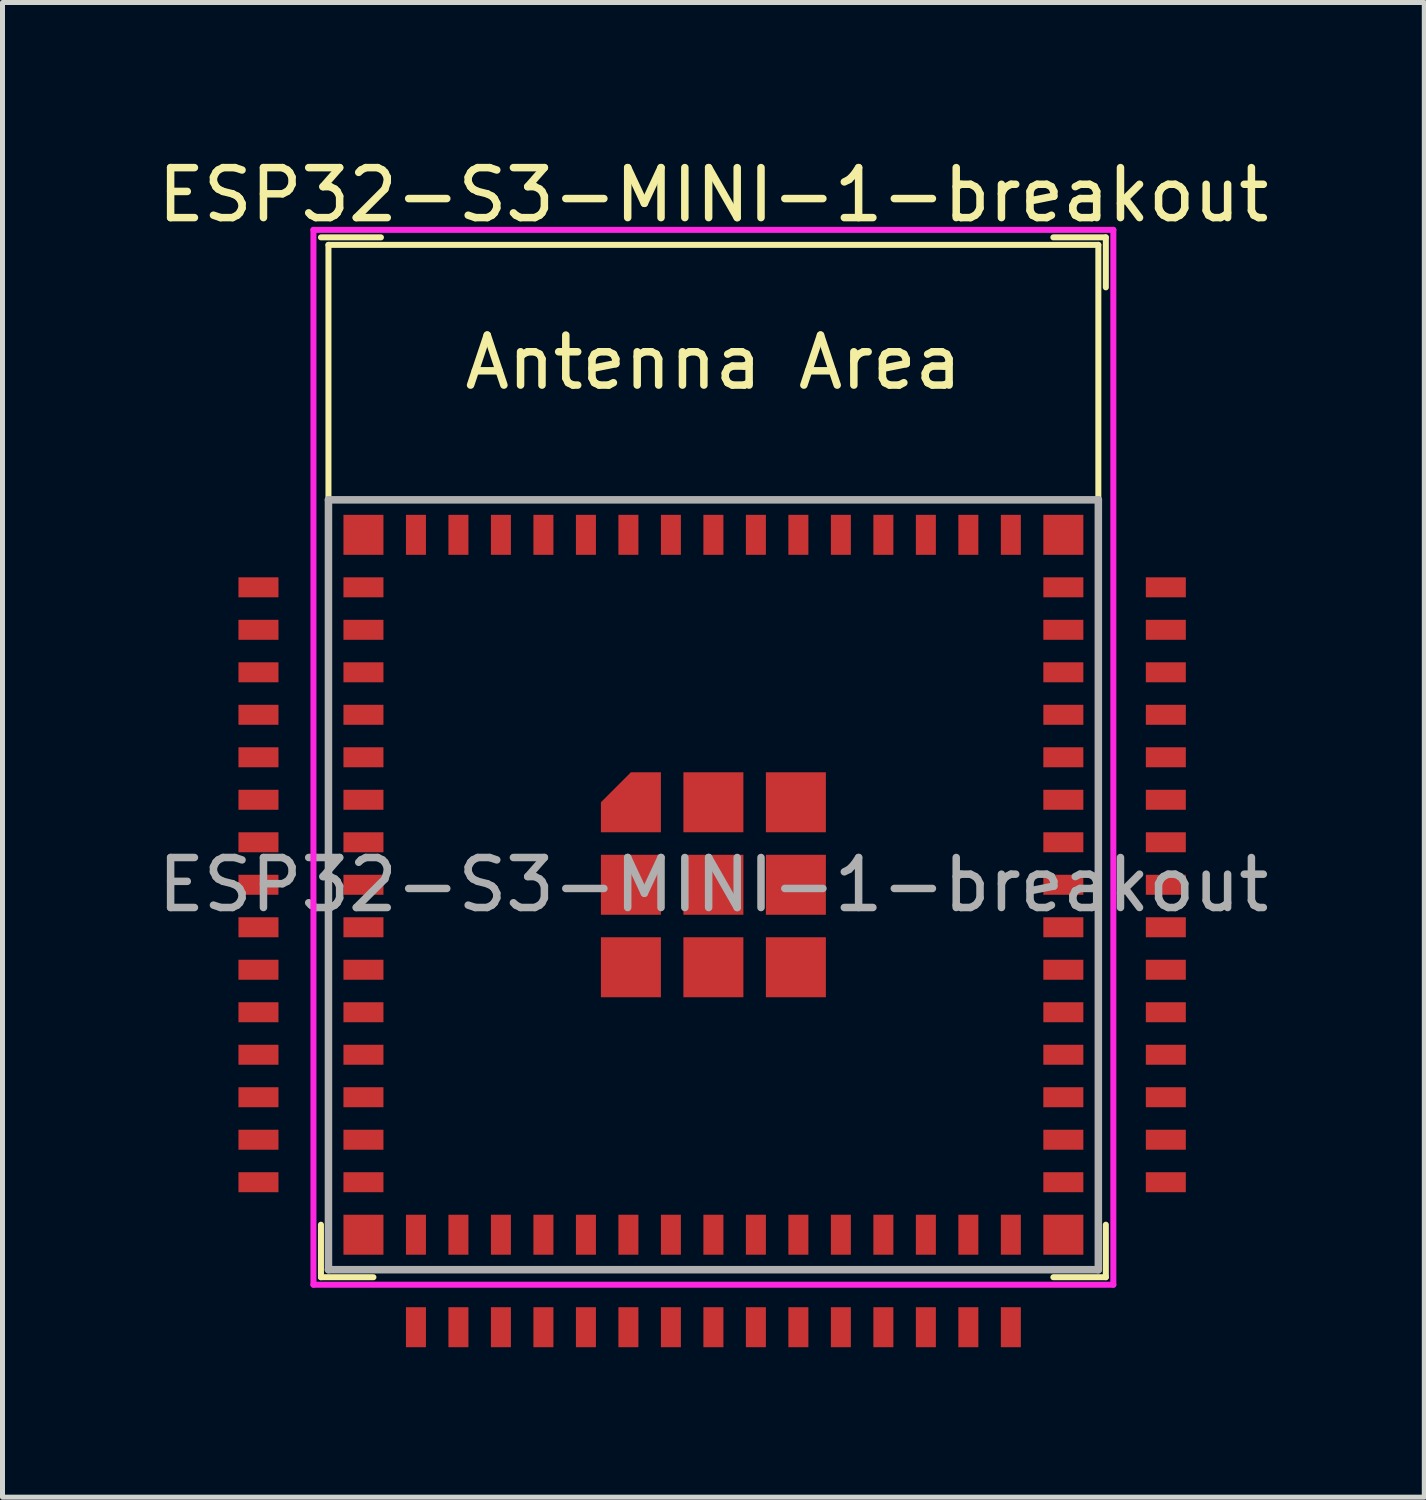
<source format=kicad_pcb>
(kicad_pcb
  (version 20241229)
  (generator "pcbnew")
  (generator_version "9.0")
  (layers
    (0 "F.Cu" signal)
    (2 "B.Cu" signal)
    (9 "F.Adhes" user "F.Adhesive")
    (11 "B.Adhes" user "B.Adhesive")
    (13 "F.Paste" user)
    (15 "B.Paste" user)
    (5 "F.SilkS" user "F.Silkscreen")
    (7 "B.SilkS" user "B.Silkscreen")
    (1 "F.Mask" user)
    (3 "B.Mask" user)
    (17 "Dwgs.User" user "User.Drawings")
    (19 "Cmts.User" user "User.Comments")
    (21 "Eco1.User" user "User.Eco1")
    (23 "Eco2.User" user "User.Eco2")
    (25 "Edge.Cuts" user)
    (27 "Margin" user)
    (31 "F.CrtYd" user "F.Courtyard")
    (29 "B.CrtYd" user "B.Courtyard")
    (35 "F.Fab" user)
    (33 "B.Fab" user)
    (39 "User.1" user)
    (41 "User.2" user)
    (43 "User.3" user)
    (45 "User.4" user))
  (footprint "ESP32-S3-MINI-1-breakout"
    (layer "F.Cu")
    (at 11.22 14.648)
    (property "Reference" "ESP32-S3-MINI-1-breakout" (at 0 -13.8 0) (layer "F.SilkS") (effects (font (size 1 1) (thickness 0.15))))
    (attr smd)
    (fp_line (start -7.85 7.85) (end -7.85 6.8) (stroke (width 0.12) (type solid)) (layer "F.SilkS"))
    (fp_line (start -7.7 -12.8) (end -7.7 -7.7) (stroke (width 0.12) (type solid)) (layer "F.SilkS"))
    (fp_line (start -7.7 -12.8) (end 7.7 -12.8) (stroke (width 0.12) (type solid)) (layer "F.SilkS"))
    (fp_line (start -7.7 7.7) (end -7.7 -7.7) (stroke (width 0.12) (type solid)) (layer "F.SilkS"))
    (fp_line (start -6.8 7.85) (end -7.85 7.85) (stroke (width 0.12) (type solid)) (layer "F.SilkS"))
    (fp_line (start -6.65 -12.95) (end -7.85 -12.95) (stroke (width 0.12) (type solid)) (layer "F.SilkS"))
    (fp_line (start 6.8 -12.95) (end 7.85 -12.95) (stroke (width 0.12) (type solid)) (layer "F.SilkS"))
    (fp_line (start 6.8 7.85) (end 7.85 7.85) (stroke (width 0.12) (type solid)) (layer "F.SilkS"))
    (fp_line (start 7.7 -12.8) (end 7.7 -7.7) (stroke (width 0.12) (type solid)) (layer "F.SilkS"))
    (fp_line (start 7.7 -7.7) (end 7.7 7.7) (stroke (width 0.12) (type solid)) (layer "F.SilkS"))
    (fp_line (start 7.7 7.7) (end -7.7 7.7) (stroke (width 0.12) (type solid)) (layer "F.SilkS"))
    (fp_line (start 7.85 -12.95) (end 7.85 -11.95) (stroke (width 0.12) (type solid)) (layer "F.SilkS"))
    (fp_line (start 7.85 7.85) (end 7.85 6.8) (stroke (width 0.12) (type solid)) (layer "F.SilkS"))
    (fp_line (start -8 -13.1) (end -8 8) (stroke (width 0.12) (type solid)) (layer "F.CrtYd"))
    (fp_line (start -8 8) (end 8 8) (stroke (width 0.12) (type solid)) (layer "F.CrtYd"))
    (fp_line (start 8 -13.1) (end -8 -13.1) (stroke (width 0.12) (type solid)) (layer "F.CrtYd"))
    (fp_line (start 8 8) (end 8 -13.1) (stroke (width 0.12) (type solid)) (layer "F.CrtYd"))
    (fp_line (start -7.7 -7.7) (end -7.7 7.7) (stroke (width 0.15) (type solid)) (layer "F.Fab"))
    (fp_line (start -7.7 7.7) (end 7.7 7.7) (stroke (width 0.15) (type solid)) (layer "F.Fab"))
    (fp_line (start 7.7 -7.7) (end -7.7 -7.7) (stroke (width 0.15) (type solid)) (layer "F.Fab"))
    (fp_line (start 7.7 7.7) (end 7.7 -7.7) (stroke (width 0.15) (type solid)) (layer "F.Fab"))
    (fp_text user "Antenna Area" (at 0 -10.45 0) (layer "F.SilkS") (effects (font (size 1 1) (thickness 0.15))))
    (fp_text user "${REFERENCE}" (at 0 0 0) (layer "F.Fab") (effects (font (size 1 1) (thickness 0.15))))
    (pad "1" smd rect (at -9.1 -5.95 90) (size 0.4 0.8) (layers "F.Cu" "F.Mask" "F.Paste"))
    (pad "1" smd rect (at -7 -5.95 90) (size 0.4 0.8) (layers "F.Cu" "F.Mask" "F.Paste"))
    (pad "2" smd rect (at -9.1 -5.1 90) (size 0.4 0.8) (layers "F.Cu" "F.Mask" "F.Paste"))
    (pad "2" smd rect (at -7 -5.1 90) (size 0.4 0.8) (layers "F.Cu" "F.Mask" "F.Paste"))
    (pad "3" smd rect (at -9.1 -4.25 90) (size 0.4 0.8) (layers "F.Cu" "F.Mask" "F.Paste"))
    (pad "3" smd rect (at -7 -4.25 90) (size 0.4 0.8) (layers "F.Cu" "F.Mask" "F.Paste"))
    (pad "4" smd rect (at -9.1 -3.4 90) (size 0.4 0.8) (layers "F.Cu" "F.Mask" "F.Paste"))
    (pad "4" smd rect (at -7 -3.4 90) (size 0.4 0.8) (layers "F.Cu" "F.Mask" "F.Paste"))
    (pad "5" smd rect (at -9.1 -2.55 90) (size 0.4 0.8) (layers "F.Cu" "F.Mask" "F.Paste"))
    (pad "5" smd rect (at -7 -2.55 90) (size 0.4 0.8) (layers "F.Cu" "F.Mask" "F.Paste"))
    (pad "6" smd rect (at -9.1 -1.7 90) (size 0.4 0.8) (layers "F.Cu" "F.Mask" "F.Paste"))
    (pad "6" smd rect (at -7 -1.7 90) (size 0.4 0.8) (layers "F.Cu" "F.Mask" "F.Paste"))
    (pad "7" smd rect (at -9.1 -0.85 90) (size 0.4 0.8) (layers "F.Cu" "F.Mask" "F.Paste"))
    (pad "7" smd rect (at -7 -0.85 90) (size 0.4 0.8) (layers "F.Cu" "F.Mask" "F.Paste"))
    (pad "8" smd rect (at -9.1 0 90) (size 0.4 0.8) (layers "F.Cu" "F.Mask" "F.Paste"))
    (pad "8" smd rect (at -7 0 90) (size 0.4 0.8) (layers "F.Cu" "F.Mask" "F.Paste"))
    (pad "9" smd rect (at -9.1 0.85 90) (size 0.4 0.8) (layers "F.Cu" "F.Mask" "F.Paste"))
    (pad "9" smd rect (at -7 0.85 90) (size 0.4 0.8) (layers "F.Cu" "F.Mask" "F.Paste"))
    (pad "10" smd rect (at -9.1 1.7 90) (size 0.4 0.8) (layers "F.Cu" "F.Mask" "F.Paste"))
    (pad "10" smd rect (at -7 1.7 90) (size 0.4 0.8) (layers "F.Cu" "F.Mask" "F.Paste"))
    (pad "11" smd rect (at -9.1 2.55 90) (size 0.4 0.8) (layers "F.Cu" "F.Mask" "F.Paste"))
    (pad "11" smd rect (at -7 2.55 90) (size 0.4 0.8) (layers "F.Cu" "F.Mask" "F.Paste"))
    (pad "12" smd rect (at -9.1 3.4 90) (size 0.4 0.8) (layers "F.Cu" "F.Mask" "F.Paste"))
    (pad "12" smd rect (at -7 3.4 90) (size 0.4 0.8) (layers "F.Cu" "F.Mask" "F.Paste"))
    (pad "13" smd rect (at -9.1 4.25 90) (size 0.4 0.8) (layers "F.Cu" "F.Mask" "F.Paste"))
    (pad "13" smd rect (at -7 4.25 90) (size 0.4 0.8) (layers "F.Cu" "F.Mask" "F.Paste"))
    (pad "14" smd rect (at -9.1 5.1 90) (size 0.4 0.8) (layers "F.Cu" "F.Mask" "F.Paste"))
    (pad "14" smd rect (at -7 5.1 90) (size 0.4 0.8) (layers "F.Cu" "F.Mask" "F.Paste"))
    (pad "15" smd rect (at -9.1 5.95 90) (size 0.4 0.8) (layers "F.Cu" "F.Mask" "F.Paste"))
    (pad "15" smd rect (at -7 5.95 90) (size 0.4 0.8) (layers "F.Cu" "F.Mask" "F.Paste"))
    (pad "16" smd rect (at -5.95 7) (size 0.4 0.8) (layers "F.Cu" "F.Mask" "F.Paste"))
    (pad "16" smd rect (at -5.95 8.85) (size 0.4 0.8) (layers "F.Cu" "F.Mask" "F.Paste"))
    (pad "17" smd rect (at -5.1 7) (size 0.4 0.8) (layers "F.Cu" "F.Mask" "F.Paste"))
    (pad "17" smd rect (at -5.1 8.85) (size 0.4 0.8) (layers "F.Cu" "F.Mask" "F.Paste"))
    (pad "18" smd rect (at -4.25 7) (size 0.4 0.8) (layers "F.Cu" "F.Mask" "F.Paste"))
    (pad "18" smd rect (at -4.25 8.85) (size 0.4 0.8) (layers "F.Cu" "F.Mask" "F.Paste"))
    (pad "19" smd rect (at -3.4 7) (size 0.4 0.8) (layers "F.Cu" "F.Mask" "F.Paste"))
    (pad "19" smd rect (at -3.4 8.85) (size 0.4 0.8) (layers "F.Cu" "F.Mask" "F.Paste"))
    (pad "20" smd rect (at -2.55 7) (size 0.4 0.8) (layers "F.Cu" "F.Mask" "F.Paste"))
    (pad "20" smd rect (at -2.55 8.85) (size 0.4 0.8) (layers "F.Cu" "F.Mask" "F.Paste"))
    (pad "21" smd rect (at -1.7 7) (size 0.4 0.8) (layers "F.Cu" "F.Mask" "F.Paste"))
    (pad "21" smd rect (at -1.7 8.85) (size 0.4 0.8) (layers "F.Cu" "F.Mask" "F.Paste"))
    (pad "22" smd rect (at -0.85 7) (size 0.4 0.8) (layers "F.Cu" "F.Mask" "F.Paste"))
    (pad "22" smd rect (at -0.85 8.85) (size 0.4 0.8) (layers "F.Cu" "F.Mask" "F.Paste"))
    (pad "23" smd rect (at 0 7) (size 0.4 0.8) (layers "F.Cu" "F.Mask" "F.Paste"))
    (pad "23" smd rect (at 0 8.85) (size 0.4 0.8) (layers "F.Cu" "F.Mask" "F.Paste"))
    (pad "24" smd rect (at 0.85 7) (size 0.4 0.8) (layers "F.Cu" "F.Mask" "F.Paste"))
    (pad "24" smd rect (at 0.85 8.85) (size 0.4 0.8) (layers "F.Cu" "F.Mask" "F.Paste"))
    (pad "25" smd rect (at 1.7 7) (size 0.4 0.8) (layers "F.Cu" "F.Mask" "F.Paste"))
    (pad "25" smd rect (at 1.7 8.85) (size 0.4 0.8) (layers "F.Cu" "F.Mask" "F.Paste"))
    (pad "26" smd rect (at 2.55 7) (size 0.4 0.8) (layers "F.Cu" "F.Mask" "F.Paste"))
    (pad "26" smd rect (at 2.55 8.85) (size 0.4 0.8) (layers "F.Cu" "F.Mask" "F.Paste"))
    (pad "27" smd rect (at 3.4 7) (size 0.4 0.8) (layers "F.Cu" "F.Mask" "F.Paste"))
    (pad "27" smd rect (at 3.4 8.85) (size 0.4 0.8) (layers "F.Cu" "F.Mask" "F.Paste"))
    (pad "28" smd rect (at 4.25 7) (size 0.4 0.8) (layers "F.Cu" "F.Mask" "F.Paste"))
    (pad "28" smd rect (at 4.25 8.85) (size 0.4 0.8) (layers "F.Cu" "F.Mask" "F.Paste"))
    (pad "29" smd rect (at 5.1 7) (size 0.4 0.8) (layers "F.Cu" "F.Mask" "F.Paste"))
    (pad "29" smd rect (at 5.1 8.85) (size 0.4 0.8) (layers "F.Cu" "F.Mask" "F.Paste"))
    (pad "30" smd rect (at 5.95 7) (size 0.4 0.8) (layers "F.Cu" "F.Mask" "F.Paste"))
    (pad "30" smd rect (at 5.95 8.85) (size 0.4 0.8) (layers "F.Cu" "F.Mask" "F.Paste"))
    (pad "31" smd rect (at 7 5.95 90) (size 0.4 0.8) (layers "F.Cu" "F.Mask" "F.Paste"))
    (pad "31" smd rect (at 9.05 5.95 90) (size 0.4 0.8) (layers "F.Cu" "F.Mask" "F.Paste"))
    (pad "32" smd rect (at 7 5.1 90) (size 0.4 0.8) (layers "F.Cu" "F.Mask" "F.Paste"))
    (pad "32" smd rect (at 9.05 5.1 90) (size 0.4 0.8) (layers "F.Cu" "F.Mask" "F.Paste"))
    (pad "33" smd rect (at 7 4.25 90) (size 0.4 0.8) (layers "F.Cu" "F.Mask" "F.Paste"))
    (pad "33" smd rect (at 9.05 4.25 90) (size 0.4 0.8) (layers "F.Cu" "F.Mask" "F.Paste"))
    (pad "34" smd rect (at 7 3.4 90) (size 0.4 0.8) (layers "F.Cu" "F.Mask" "F.Paste"))
    (pad "34" smd rect (at 9.05 3.4 90) (size 0.4 0.8) (layers "F.Cu" "F.Mask" "F.Paste"))
    (pad "35" smd rect (at 7 2.55 90) (size 0.4 0.8) (layers "F.Cu" "F.Mask" "F.Paste"))
    (pad "35" smd rect (at 9.05 2.55 90) (size 0.4 0.8) (layers "F.Cu" "F.Mask" "F.Paste"))
    (pad "36" smd rect (at 7 1.7 90) (size 0.4 0.8) (layers "F.Cu" "F.Mask" "F.Paste"))
    (pad "36" smd rect (at 9.05 1.7 90) (size 0.4 0.8) (layers "F.Cu" "F.Mask" "F.Paste"))
    (pad "37" smd rect (at 7 0.85 90) (size 0.4 0.8) (layers "F.Cu" "F.Mask" "F.Paste"))
    (pad "37" smd rect (at 9.05 0.85 90) (size 0.4 0.8) (layers "F.Cu" "F.Mask" "F.Paste"))
    (pad "38" smd rect (at 7 0 90) (size 0.4 0.8) (layers "F.Cu" "F.Mask" "F.Paste"))
    (pad "38" smd rect (at 9.05 0 90) (size 0.4 0.8) (layers "F.Cu" "F.Mask" "F.Paste"))
    (pad "39" smd rect (at 7 -0.85 90) (size 0.4 0.8) (layers "F.Cu" "F.Mask" "F.Paste"))
    (pad "39" smd rect (at 9.05 -0.85 90) (size 0.4 0.8) (layers "F.Cu" "F.Mask" "F.Paste"))
    (pad "40" smd rect (at 7 -1.7 90) (size 0.4 0.8) (layers "F.Cu" "F.Mask" "F.Paste"))
    (pad "40" smd rect (at 9.05 -1.7 90) (size 0.4 0.8) (layers "F.Cu" "F.Mask" "F.Paste"))
    (pad "41" smd rect (at 7 -2.55 90) (size 0.4 0.8) (layers "F.Cu" "F.Mask" "F.Paste"))
    (pad "41" smd rect (at 9.05 -2.55 90) (size 0.4 0.8) (layers "F.Cu" "F.Mask" "F.Paste"))
    (pad "42" smd rect (at 7 -3.4 90) (size 0.4 0.8) (layers "F.Cu" "F.Mask" "F.Paste"))
    (pad "42" smd rect (at 9.05 -3.4 90) (size 0.4 0.8) (layers "F.Cu" "F.Mask" "F.Paste"))
    (pad "43" smd rect (at 7 -4.25 90) (size 0.4 0.8) (layers "F.Cu" "F.Mask" "F.Paste"))
    (pad "43" smd rect (at 9.05 -4.25 90) (size 0.4 0.8) (layers "F.Cu" "F.Mask" "F.Paste"))
    (pad "44" smd rect (at 7 -5.1 90) (size 0.4 0.8) (layers "F.Cu" "F.Mask" "F.Paste"))
    (pad "44" smd rect (at 9.05 -5.1 90) (size 0.4 0.8) (layers "F.Cu" "F.Mask" "F.Paste"))
    (pad "45" smd rect (at 7 -5.95 90) (size 0.4 0.8) (layers "F.Cu" "F.Mask" "F.Paste"))
    (pad "45" smd rect (at 9.05 -5.95 90) (size 0.4 0.8) (layers "F.Cu" "F.Mask" "F.Paste"))
    (pad "46" smd rect (at 5.95 -7) (size 0.4 0.8) (layers "F.Cu" "F.Mask" "F.Paste"))
    (pad "47" smd rect (at 5.1 -7) (size 0.4 0.8) (layers "F.Cu" "F.Mask" "F.Paste"))
    (pad "48" smd rect (at 4.25 -7) (size 0.4 0.8) (layers "F.Cu" "F.Mask" "F.Paste"))
    (pad "49" smd rect (at 3.4 -7) (size 0.4 0.8) (layers "F.Cu" "F.Mask" "F.Paste"))
    (pad "50" smd rect (at 2.55 -7) (size 0.4 0.8) (layers "F.Cu" "F.Mask" "F.Paste"))
    (pad "51" smd rect (at 1.7 -7) (size 0.4 0.8) (layers "F.Cu" "F.Mask" "F.Paste"))
    (pad "52" smd rect (at 0.85 -7) (size 0.4 0.8) (layers "F.Cu" "F.Mask" "F.Paste"))
    (pad "53" smd rect (at 0 -7) (size 0.4 0.8) (layers "F.Cu" "F.Mask" "F.Paste"))
    (pad "54" smd rect (at -0.85 -7) (size 0.4 0.8) (layers "F.Cu" "F.Mask" "F.Paste"))
    (pad "55" smd rect (at -1.7 -7) (size 0.4 0.8) (layers "F.Cu" "F.Mask" "F.Paste"))
    (pad "56" smd rect (at -2.55 -7) (size 0.4 0.8) (layers "F.Cu" "F.Mask" "F.Paste"))
    (pad "57" smd rect (at -3.4 -7) (size 0.4 0.8) (layers "F.Cu" "F.Mask" "F.Paste"))
    (pad "58" smd rect (at -4.25 -7) (size 0.4 0.8) (layers "F.Cu" "F.Mask" "F.Paste"))
    (pad "59" smd rect (at -5.1 -7) (size 0.4 0.8) (layers "F.Cu" "F.Mask" "F.Paste"))
    (pad "60" smd rect (at -5.95 -7) (size 0.4 0.8) (layers "F.Cu" "F.Mask" "F.Paste"))
    (pad "61" smd custom (at -1.65 -1.65) (size 0.6 0.6) (layers "F.Cu" "F.Mask" "F.Paste") (options (anchor rect)) (primitives (gr_poly (pts (xy 0.6 0.6) (xy -0.6 0.6) (xy -0.6 0) (xy 0 -0.6) (xy 0.6 -0.6)) (width 0) (fill yes))))
    (pad "61" smd rect (at -1.65 0) (size 1.2 1.2) (layers "F.Cu" "F.Mask" "F.Paste"))
    (pad "61" smd rect (at -1.65 1.65) (size 1.2 1.2) (layers "F.Cu" "F.Mask" "F.Paste"))
    (pad "61" smd rect (at 0 -1.65) (size 1.2 1.2) (layers "F.Cu" "F.Mask" "F.Paste"))
    (pad "61" smd rect (at 0 0) (size 1.2 1.2) (layers "F.Cu" "F.Mask" "F.Paste"))
    (pad "61" smd rect (at 0 1.65) (size 1.2 1.2) (layers "F.Cu" "F.Mask" "F.Paste"))
    (pad "61" smd rect (at 1.65 -1.65) (size 1.2 1.2) (layers "F.Cu" "F.Mask" "F.Paste"))
    (pad "61" smd rect (at 1.65 0) (size 1.2 1.2) (layers "F.Cu" "F.Mask" "F.Paste"))
    (pad "61" smd rect (at 1.65 1.65) (size 1.2 1.2) (layers "F.Cu" "F.Mask" "F.Paste"))
    (pad "62" smd rect (at -7 -7 180) (size 0.8 0.8) (layers "F.Cu" "F.Mask" "F.Paste"))
    (pad "63" smd rect (at -7 7 180) (size 0.8 0.8) (layers "F.Cu" "F.Mask" "F.Paste"))
    (pad "64" smd rect (at 7 7 180) (size 0.8 0.8) (layers "F.Cu" "F.Mask" "F.Paste"))
    (pad "65" smd rect (at 7 -7 180) (size 0.8 0.8) (layers "F.Cu" "F.Mask" "F.Paste")))
  (gr_rect
    (start -3 -3)
    (end 25.44 26.898)
    (stroke (width 0.1) (type default))
    (fill no)
    (layer "Edge.Cuts")))
</source>
